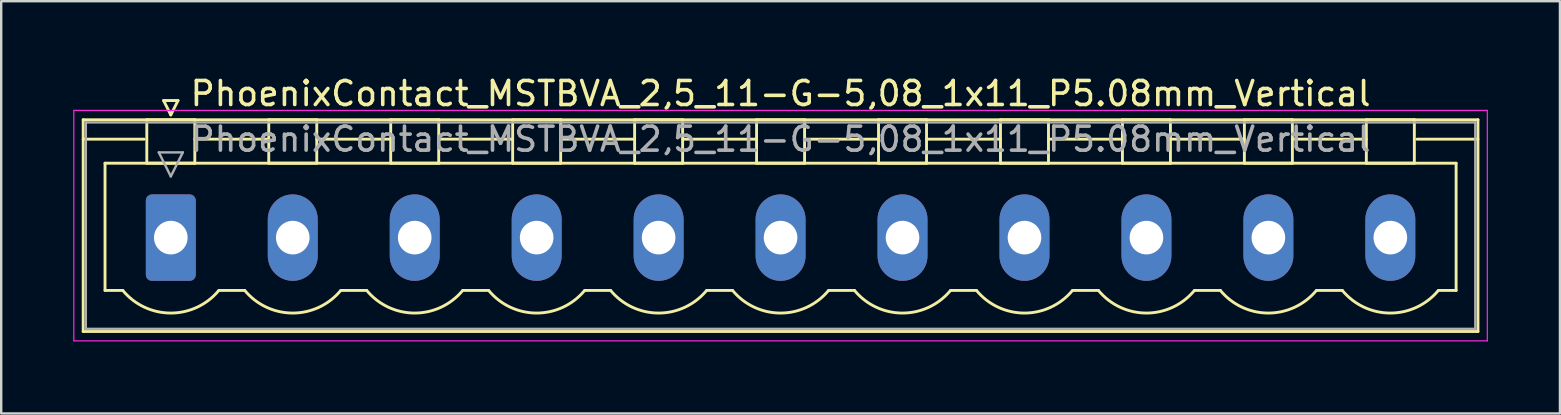
<source format=kicad_pcb>
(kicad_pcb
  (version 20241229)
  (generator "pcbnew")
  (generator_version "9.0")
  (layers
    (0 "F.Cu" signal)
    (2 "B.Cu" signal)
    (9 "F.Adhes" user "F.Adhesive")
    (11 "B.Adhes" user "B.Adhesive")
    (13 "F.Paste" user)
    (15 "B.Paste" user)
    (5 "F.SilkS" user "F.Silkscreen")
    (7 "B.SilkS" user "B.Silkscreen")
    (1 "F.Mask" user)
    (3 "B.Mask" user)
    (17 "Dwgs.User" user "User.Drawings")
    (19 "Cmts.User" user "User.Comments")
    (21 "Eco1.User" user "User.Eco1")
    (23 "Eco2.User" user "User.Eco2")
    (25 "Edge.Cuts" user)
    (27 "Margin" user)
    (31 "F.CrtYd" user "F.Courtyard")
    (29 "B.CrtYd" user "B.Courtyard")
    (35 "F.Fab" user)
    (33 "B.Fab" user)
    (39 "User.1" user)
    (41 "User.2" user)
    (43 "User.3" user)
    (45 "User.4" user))
  (footprint "PhoenixContact_MSTBVA_2,5_11-G-5,08_1x11_P5.08mm_Vertical"
    (layer "F.Cu")
    (at 4.065 6.848)
    (property "Reference" "PhoenixContact_MSTBVA_2,5_11-G-5,08_1x11_P5.08mm_Vertical" (at 25.4 -6 0) (layer "F.SilkS") (effects (font (size 1 1) (thickness 0.15))))
    (attr through_hole)
    (fp_line (start -3.65 -4.91) (end -3.65 3.91) (stroke (width 0.12) (type solid)) (layer "F.SilkS"))
    (fp_line (start -3.65 -4.1) (end -1.11 -4.1) (stroke (width 0.12) (type solid)) (layer "F.SilkS"))
    (fp_line (start -3.65 3.91) (end 54.45 3.91) (stroke (width 0.12) (type solid)) (layer "F.SilkS"))
    (fp_line (start -2.74 -3.1) (end 53.54 -3.1) (stroke (width 0.12) (type solid)) (layer "F.SilkS"))
    (fp_line (start -2.74 2.2) (end -2.74 -3.1) (stroke (width 0.12) (type solid)) (layer "F.SilkS"))
    (fp_line (start -2 2.2) (end -2.74 2.2) (stroke (width 0.12) (type solid)) (layer "F.SilkS"))
    (fp_line (start -1 -4.91) (end 1 -4.91) (stroke (width 0.12) (type solid)) (layer "F.SilkS"))
    (fp_line (start -1 -3.1) (end -1 -4.91) (stroke (width 0.12) (type solid)) (layer "F.SilkS"))
    (fp_line (start -0.3 -5.71) (end 0.3 -5.71) (stroke (width 0.12) (type solid)) (layer "F.SilkS"))
    (fp_line (start 0 -5.11) (end -0.3 -5.71) (stroke (width 0.12) (type solid)) (layer "F.SilkS"))
    (fp_line (start 0.3 -5.71) (end 0 -5.11) (stroke (width 0.12) (type solid)) (layer "F.SilkS"))
    (fp_line (start 1 -4.91) (end 1 -3.1) (stroke (width 0.12) (type solid)) (layer "F.SilkS"))
    (fp_line (start 1 -4.1) (end 4.08 -4.1) (stroke (width 0.12) (type solid)) (layer "F.SilkS"))
    (fp_line (start 1 -3.1) (end -1 -3.1) (stroke (width 0.12) (type solid)) (layer "F.SilkS"))
    (fp_line (start 2 2.2) (end 3.08 2.2) (stroke (width 0.12) (type solid)) (layer "F.SilkS"))
    (fp_line (start 4.08 -4.91) (end 6.08 -4.91) (stroke (width 0.12) (type solid)) (layer "F.SilkS"))
    (fp_line (start 4.08 -3.1) (end 4.08 -4.91) (stroke (width 0.12) (type solid)) (layer "F.SilkS"))
    (fp_line (start 6.08 -4.91) (end 6.08 -3.1) (stroke (width 0.12) (type solid)) (layer "F.SilkS"))
    (fp_line (start 6.08 -4.1) (end 9.16 -4.1) (stroke (width 0.12) (type solid)) (layer "F.SilkS"))
    (fp_line (start 6.08 -3.1) (end 4.08 -3.1) (stroke (width 0.12) (type solid)) (layer "F.SilkS"))
    (fp_line (start 7.08 2.2) (end 8.16 2.2) (stroke (width 0.12) (type solid)) (layer "F.SilkS"))
    (fp_line (start 9.16 -4.91) (end 11.16 -4.91) (stroke (width 0.12) (type solid)) (layer "F.SilkS"))
    (fp_line (start 9.16 -3.1) (end 9.16 -4.91) (stroke (width 0.12) (type solid)) (layer "F.SilkS"))
    (fp_line (start 11.16 -4.91) (end 11.16 -3.1) (stroke (width 0.12) (type solid)) (layer "F.SilkS"))
    (fp_line (start 11.16 -4.1) (end 14.24 -4.1) (stroke (width 0.12) (type solid)) (layer "F.SilkS"))
    (fp_line (start 11.16 -3.1) (end 9.16 -3.1) (stroke (width 0.12) (type solid)) (layer "F.SilkS"))
    (fp_line (start 12.16 2.2) (end 13.24 2.2) (stroke (width 0.12) (type solid)) (layer "F.SilkS"))
    (fp_line (start 14.24 -4.91) (end 16.24 -4.91) (stroke (width 0.12) (type solid)) (layer "F.SilkS"))
    (fp_line (start 14.24 -3.1) (end 14.24 -4.91) (stroke (width 0.12) (type solid)) (layer "F.SilkS"))
    (fp_line (start 16.24 -4.91) (end 16.24 -3.1) (stroke (width 0.12) (type solid)) (layer "F.SilkS"))
    (fp_line (start 16.24 -4.1) (end 19.32 -4.1) (stroke (width 0.12) (type solid)) (layer "F.SilkS"))
    (fp_line (start 16.24 -3.1) (end 14.24 -3.1) (stroke (width 0.12) (type solid)) (layer "F.SilkS"))
    (fp_line (start 17.24 2.2) (end 18.32 2.2) (stroke (width 0.12) (type solid)) (layer "F.SilkS"))
    (fp_line (start 19.32 -4.91) (end 21.32 -4.91) (stroke (width 0.12) (type solid)) (layer "F.SilkS"))
    (fp_line (start 19.32 -3.1) (end 19.32 -4.91) (stroke (width 0.12) (type solid)) (layer "F.SilkS"))
    (fp_line (start 21.32 -4.91) (end 21.32 -3.1) (stroke (width 0.12) (type solid)) (layer "F.SilkS"))
    (fp_line (start 21.32 -4.1) (end 24.4 -4.1) (stroke (width 0.12) (type solid)) (layer "F.SilkS"))
    (fp_line (start 21.32 -3.1) (end 19.32 -3.1) (stroke (width 0.12) (type solid)) (layer "F.SilkS"))
    (fp_line (start 22.32 2.2) (end 23.4 2.2) (stroke (width 0.12) (type solid)) (layer "F.SilkS"))
    (fp_line (start 24.4 -4.91) (end 26.4 -4.91) (stroke (width 0.12) (type solid)) (layer "F.SilkS"))
    (fp_line (start 24.4 -3.1) (end 24.4 -4.91) (stroke (width 0.12) (type solid)) (layer "F.SilkS"))
    (fp_line (start 26.4 -4.91) (end 26.4 -3.1) (stroke (width 0.12) (type solid)) (layer "F.SilkS"))
    (fp_line (start 26.4 -4.1) (end 29.48 -4.1) (stroke (width 0.12) (type solid)) (layer "F.SilkS"))
    (fp_line (start 26.4 -3.1) (end 24.4 -3.1) (stroke (width 0.12) (type solid)) (layer "F.SilkS"))
    (fp_line (start 27.4 2.2) (end 28.48 2.2) (stroke (width 0.12) (type solid)) (layer "F.SilkS"))
    (fp_line (start 29.48 -4.91) (end 31.48 -4.91) (stroke (width 0.12) (type solid)) (layer "F.SilkS"))
    (fp_line (start 29.48 -3.1) (end 29.48 -4.91) (stroke (width 0.12) (type solid)) (layer "F.SilkS"))
    (fp_line (start 31.48 -4.91) (end 31.48 -3.1) (stroke (width 0.12) (type solid)) (layer "F.SilkS"))
    (fp_line (start 31.48 -4.1) (end 34.56 -4.1) (stroke (width 0.12) (type solid)) (layer "F.SilkS"))
    (fp_line (start 31.48 -3.1) (end 29.48 -3.1) (stroke (width 0.12) (type solid)) (layer "F.SilkS"))
    (fp_line (start 32.48 2.2) (end 33.56 2.2) (stroke (width 0.12) (type solid)) (layer "F.SilkS"))
    (fp_line (start 34.56 -4.91) (end 36.56 -4.91) (stroke (width 0.12) (type solid)) (layer "F.SilkS"))
    (fp_line (start 34.56 -3.1) (end 34.56 -4.91) (stroke (width 0.12) (type solid)) (layer "F.SilkS"))
    (fp_line (start 36.56 -4.91) (end 36.56 -3.1) (stroke (width 0.12) (type solid)) (layer "F.SilkS"))
    (fp_line (start 36.56 -4.1) (end 39.64 -4.1) (stroke (width 0.12) (type solid)) (layer "F.SilkS"))
    (fp_line (start 36.56 -3.1) (end 34.56 -3.1) (stroke (width 0.12) (type solid)) (layer "F.SilkS"))
    (fp_line (start 37.56 2.2) (end 38.64 2.2) (stroke (width 0.12) (type solid)) (layer "F.SilkS"))
    (fp_line (start 39.64 -4.91) (end 41.64 -4.91) (stroke (width 0.12) (type solid)) (layer "F.SilkS"))
    (fp_line (start 39.64 -3.1) (end 39.64 -4.91) (stroke (width 0.12) (type solid)) (layer "F.SilkS"))
    (fp_line (start 41.64 -4.91) (end 41.64 -3.1) (stroke (width 0.12) (type solid)) (layer "F.SilkS"))
    (fp_line (start 41.64 -4.1) (end 44.72 -4.1) (stroke (width 0.12) (type solid)) (layer "F.SilkS"))
    (fp_line (start 41.64 -3.1) (end 39.64 -3.1) (stroke (width 0.12) (type solid)) (layer "F.SilkS"))
    (fp_line (start 42.64 2.2) (end 43.72 2.2) (stroke (width 0.12) (type solid)) (layer "F.SilkS"))
    (fp_line (start 44.72 -4.91) (end 46.72 -4.91) (stroke (width 0.12) (type solid)) (layer "F.SilkS"))
    (fp_line (start 44.72 -3.1) (end 44.72 -4.91) (stroke (width 0.12) (type solid)) (layer "F.SilkS"))
    (fp_line (start 46.72 -4.91) (end 46.72 -3.1) (stroke (width 0.12) (type solid)) (layer "F.SilkS"))
    (fp_line (start 46.72 -4.1) (end 49.8 -4.1) (stroke (width 0.12) (type solid)) (layer "F.SilkS"))
    (fp_line (start 46.72 -3.1) (end 44.72 -3.1) (stroke (width 0.12) (type solid)) (layer "F.SilkS"))
    (fp_line (start 47.72 2.2) (end 48.8 2.2) (stroke (width 0.12) (type solid)) (layer "F.SilkS"))
    (fp_line (start 49.8 -4.91) (end 51.8 -4.91) (stroke (width 0.12) (type solid)) (layer "F.SilkS"))
    (fp_line (start 49.8 -3.1) (end 49.8 -4.91) (stroke (width 0.12) (type solid)) (layer "F.SilkS"))
    (fp_line (start 51.8 -4.91) (end 51.8 -3.1) (stroke (width 0.12) (type solid)) (layer "F.SilkS"))
    (fp_line (start 51.8 -3.1) (end 49.8 -3.1) (stroke (width 0.12) (type solid)) (layer "F.SilkS"))
    (fp_line (start 53.54 -3.1) (end 53.54 2.2) (stroke (width 0.12) (type solid)) (layer "F.SilkS"))
    (fp_line (start 53.54 2.2) (end 52.8 2.2) (stroke (width 0.12) (type solid)) (layer "F.SilkS"))
    (fp_line (start 54.45 -4.91) (end -3.65 -4.91) (stroke (width 0.12) (type solid)) (layer "F.SilkS"))
    (fp_line (start 54.45 -4.1) (end 51.91 -4.1) (stroke (width 0.12) (type solid)) (layer "F.SilkS"))
    (fp_line (start 54.45 3.91) (end 54.45 -4.91) (stroke (width 0.12) (type solid)) (layer "F.SilkS"))
    (fp_arc (start 1.986842 2.215821) (mid -0.010289 3.142758) (end -2 2.2) (stroke (width 0.12) (type solid)) (layer "F.SilkS"))
    (fp_arc (start 7.066842 2.215821) (mid 5.069711 3.142758) (end 3.08 2.2) (stroke (width 0.12) (type solid)) (layer "F.SilkS"))
    (fp_arc (start 12.146842 2.215821) (mid 10.149711 3.142758) (end 8.16 2.2) (stroke (width 0.12) (type solid)) (layer "F.SilkS"))
    (fp_arc (start 17.226842 2.215821) (mid 15.229711 3.142758) (end 13.24 2.2) (stroke (width 0.12) (type solid)) (layer "F.SilkS"))
    (fp_arc (start 22.306842 2.215821) (mid 20.309711 3.142758) (end 18.32 2.2) (stroke (width 0.12) (type solid)) (layer "F.SilkS"))
    (fp_arc (start 27.386842 2.215821) (mid 25.389711 3.142758) (end 23.4 2.2) (stroke (width 0.12) (type solid)) (layer "F.SilkS"))
    (fp_arc (start 32.466842 2.215821) (mid 30.469711 3.142758) (end 28.48 2.2) (stroke (width 0.12) (type solid)) (layer "F.SilkS"))
    (fp_arc (start 37.546842 2.215821) (mid 35.549711 3.142758) (end 33.56 2.2) (stroke (width 0.12) (type solid)) (layer "F.SilkS"))
    (fp_arc (start 42.626842 2.215821) (mid 40.629711 3.142758) (end 38.64 2.2) (stroke (width 0.12) (type solid)) (layer "F.SilkS"))
    (fp_arc (start 47.706842 2.215821) (mid 45.709711 3.142758) (end 43.72 2.2) (stroke (width 0.12) (type solid)) (layer "F.SilkS"))
    (fp_arc (start 52.786842 2.215821) (mid 50.789711 3.142758) (end 48.8 2.2) (stroke (width 0.12) (type solid)) (layer "F.SilkS"))
    (fp_line (start -4.04 -5.3) (end -4.04 4.3) (stroke (width 0.05) (type solid)) (layer "F.CrtYd"))
    (fp_line (start -4.04 4.3) (end 54.84 4.3) (stroke (width 0.05) (type solid)) (layer "F.CrtYd"))
    (fp_line (start 54.84 -5.3) (end -4.04 -5.3) (stroke (width 0.05) (type solid)) (layer "F.CrtYd"))
    (fp_line (start 54.84 4.3) (end 54.84 -5.3) (stroke (width 0.05) (type solid)) (layer "F.CrtYd"))
    (fp_line (start -3.54 -4.8) (end -3.54 3.8) (stroke (width 0.1) (type solid)) (layer "F.Fab"))
    (fp_line (start -3.54 3.8) (end 54.34 3.8) (stroke (width 0.1) (type solid)) (layer "F.Fab"))
    (fp_line (start -0.5 -3.55) (end 0.5 -3.55) (stroke (width 0.1) (type solid)) (layer "F.Fab"))
    (fp_line (start 0 -2.55) (end -0.5 -3.55) (stroke (width 0.1) (type solid)) (layer "F.Fab"))
    (fp_line (start 0.5 -3.55) (end 0 -2.55) (stroke (width 0.1) (type solid)) (layer "F.Fab"))
    (fp_line (start 54.34 -4.8) (end -3.54 -4.8) (stroke (width 0.1) (type solid)) (layer "F.Fab"))
    (fp_line (start 54.34 3.8) (end 54.34 -4.8) (stroke (width 0.1) (type solid)) (layer "F.Fab"))
    (fp_text user "${REFERENCE}" (at 25.4 -4.1 0) (layer "F.Fab") (effects (font (size 1 1) (thickness 0.15))))
    (pad "1" thru_hole roundrect (at 0 0) (size 2.08 3.6) (drill 1.4) (layers "*.Cu" "*.Mask") (roundrect_rratio 0.12))
    (pad "2" thru_hole oval (at 5.08 0) (size 2.08 3.6) (drill 1.4) (layers "*.Cu" "*.Mask"))
    (pad "3" thru_hole oval (at 10.16 0) (size 2.08 3.6) (drill 1.4) (layers "*.Cu" "*.Mask"))
    (pad "4" thru_hole oval (at 15.24 0) (size 2.08 3.6) (drill 1.4) (layers "*.Cu" "*.Mask"))
    (pad "5" thru_hole oval (at 20.32 0) (size 2.08 3.6) (drill 1.4) (layers "*.Cu" "*.Mask"))
    (pad "6" thru_hole oval (at 25.4 0) (size 2.08 3.6) (drill 1.4) (layers "*.Cu" "*.Mask"))
    (pad "7" thru_hole oval (at 30.48 0) (size 2.08 3.6) (drill 1.4) (layers "*.Cu" "*.Mask"))
    (pad "8" thru_hole oval (at 35.56 0) (size 2.08 3.6) (drill 1.4) (layers "*.Cu" "*.Mask"))
    (pad "9" thru_hole oval (at 40.64 0) (size 2.08 3.6) (drill 1.4) (layers "*.Cu" "*.Mask"))
    (pad "10" thru_hole oval (at 45.72 0) (size 2.08 3.6) (drill 1.4) (layers "*.Cu" "*.Mask"))
    (pad "11" thru_hole oval (at 50.8 0) (size 2.08 3.6) (drill 1.4) (layers "*.Cu" "*.Mask")))
  (gr_rect
    (start -3 -3)
    (end 61.93 14.173)
    (stroke (width 0.1) (type default))
    (fill no)
    (layer "Edge.Cuts")))
</source>
